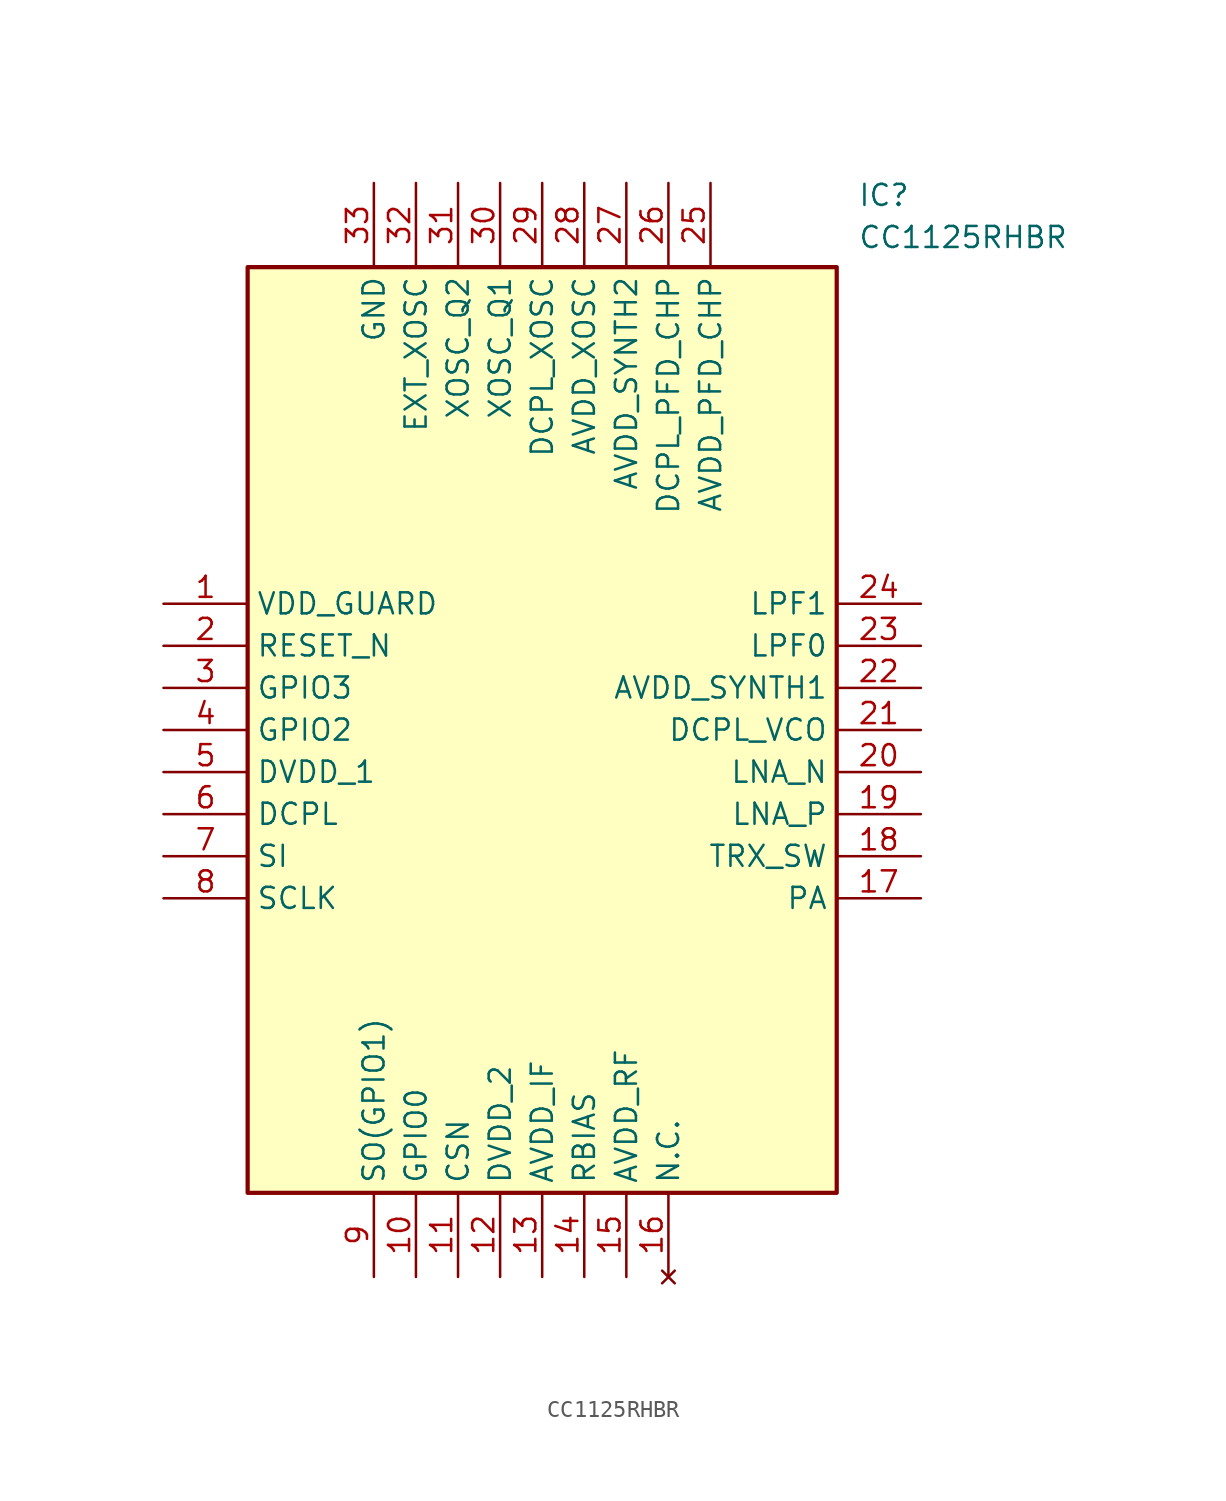
<source format=kicad_sym>
(kicad_symbol_lib
  (version 20241209)
  (generator "kicad_symbol_editor")
  (generator_version "9.0")
  (symbol "CC1125RHBR"
    (property "Reference" "IC"
      (at 41.91 25.4 0)
      (effects (font (size 1.27 1.27)) (justify left top)))
    (property "Value" "CC1125RHBR"
      (at 41.91 22.86 0)
      (effects (font (size 1.27 1.27)) (justify left top)))
    (symbol "CC1125RHBR_1_1"
      (rectangle (start 5.08 20.32) (end 40.64 -35.56) (stroke (width 0.254) (type default)) (fill (type background)))
      (pin passive line (at 0 0 0) (length 5.08) (name "VDD_GUARD" (effects (font (size 1.27 1.27)))) (number "1" (effects (font (size 1.27 1.27)))))
      (pin passive line (at 0 -2.54 0) (length 5.08) (name "RESET_N" (effects (font (size 1.27 1.27)))) (number "2" (effects (font (size 1.27 1.27)))))
      (pin passive line (at 0 -5.08 0) (length 5.08) (name "GPIO3" (effects (font (size 1.27 1.27)))) (number "3" (effects (font (size 1.27 1.27)))))
      (pin passive line (at 0 -7.62 0) (length 5.08) (name "GPIO2" (effects (font (size 1.27 1.27)))) (number "4" (effects (font (size 1.27 1.27)))))
      (pin passive line (at 0 -10.16 0) (length 5.08) (name "DVDD_1" (effects (font (size 1.27 1.27)))) (number "5" (effects (font (size 1.27 1.27)))))
      (pin passive line (at 0 -12.7 0) (length 5.08) (name "DCPL" (effects (font (size 1.27 1.27)))) (number "6" (effects (font (size 1.27 1.27)))))
      (pin passive line (at 0 -15.24 0) (length 5.08) (name "SI" (effects (font (size 1.27 1.27)))) (number "7" (effects (font (size 1.27 1.27)))))
      (pin passive line (at 0 -17.78 0) (length 5.08) (name "SCLK" (effects (font (size 1.27 1.27)))) (number "8" (effects (font (size 1.27 1.27)))))
      (pin passive line (at 12.7 25.4 270) (length 5.08) (name "GND" (effects (font (size 1.27 1.27)))) (number "33" (effects (font (size 1.27 1.27)))))
      (pin passive line (at 12.7 -40.64 90) (length 5.08) (name "SO(GPIO1)" (effects (font (size 1.27 1.27)))) (number "9" (effects (font (size 1.27 1.27)))))
      (pin passive line (at 15.24 25.4 270) (length 5.08) (name "EXT_XOSC" (effects (font (size 1.27 1.27)))) (number "32" (effects (font (size 1.27 1.27)))))
      (pin passive line (at 15.24 -40.64 90) (length 5.08) (name "GPIO0" (effects (font (size 1.27 1.27)))) (number "10" (effects (font (size 1.27 1.27)))))
      (pin passive line (at 17.78 25.4 270) (length 5.08) (name "XOSC_Q2" (effects (font (size 1.27 1.27)))) (number "31" (effects (font (size 1.27 1.27)))))
      (pin passive line (at 17.78 -40.64 90) (length 5.08) (name "CSN" (effects (font (size 1.27 1.27)))) (number "11" (effects (font (size 1.27 1.27)))))
      (pin passive line (at 20.32 25.4 270) (length 5.08) (name "XOSC_Q1" (effects (font (size 1.27 1.27)))) (number "30" (effects (font (size 1.27 1.27)))))
      (pin passive line (at 20.32 -40.64 90) (length 5.08) (name "DVDD_2" (effects (font (size 1.27 1.27)))) (number "12" (effects (font (size 1.27 1.27)))))
      (pin passive line (at 22.86 25.4 270) (length 5.08) (name "DCPL_XOSC" (effects (font (size 1.27 1.27)))) (number "29" (effects (font (size 1.27 1.27)))))
      (pin passive line (at 22.86 -40.64 90) (length 5.08) (name "AVDD_IF" (effects (font (size 1.27 1.27)))) (number "13" (effects (font (size 1.27 1.27)))))
      (pin passive line (at 25.4 25.4 270) (length 5.08) (name "AVDD_XOSC" (effects (font (size 1.27 1.27)))) (number "28" (effects (font (size 1.27 1.27)))))
      (pin passive line (at 25.4 -40.64 90) (length 5.08) (name "RBIAS" (effects (font (size 1.27 1.27)))) (number "14" (effects (font (size 1.27 1.27)))))
      (pin passive line (at 27.94 25.4 270) (length 5.08) (name "AVDD_SYNTH2" (effects (font (size 1.27 1.27)))) (number "27" (effects (font (size 1.27 1.27)))))
      (pin passive line (at 27.94 -40.64 90) (length 5.08) (name "AVDD_RF" (effects (font (size 1.27 1.27)))) (number "15" (effects (font (size 1.27 1.27)))))
      (pin passive line (at 30.48 25.4 270) (length 5.08) (name "DCPL_PFD_CHP" (effects (font (size 1.27 1.27)))) (number "26" (effects (font (size 1.27 1.27)))))
      (pin no_connect line (at 30.48 -40.64 90) (length 5.08) (name "N.C." (effects (font (size 1.27 1.27)))) (number "16" (effects (font (size 1.27 1.27)))))
      (pin passive line (at 33.02 25.4 270) (length 5.08) (name "AVDD_PFD_CHP" (effects (font (size 1.27 1.27)))) (number "25" (effects (font (size 1.27 1.27)))))
      (pin passive line (at 45.72 0 180) (length 5.08) (name "LPF1" (effects (font (size 1.27 1.27)))) (number "24" (effects (font (size 1.27 1.27)))))
      (pin passive line (at 45.72 -2.54 180) (length 5.08) (name "LPF0" (effects (font (size 1.27 1.27)))) (number "23" (effects (font (size 1.27 1.27)))))
      (pin passive line (at 45.72 -5.08 180) (length 5.08) (name "AVDD_SYNTH1" (effects (font (size 1.27 1.27)))) (number "22" (effects (font (size 1.27 1.27)))))
      (pin passive line (at 45.72 -7.62 180) (length 5.08) (name "DCPL_VCO" (effects (font (size 1.27 1.27)))) (number "21" (effects (font (size 1.27 1.27)))))
      (pin passive line (at 45.72 -10.16 180) (length 5.08) (name "LNA_N" (effects (font (size 1.27 1.27)))) (number "20" (effects (font (size 1.27 1.27)))))
      (pin passive line (at 45.72 -12.7 180) (length 5.08) (name "LNA_P" (effects (font (size 1.27 1.27)))) (number "19" (effects (font (size 1.27 1.27)))))
      (pin passive line (at 45.72 -15.24 180) (length 5.08) (name "TRX_SW" (effects (font (size 1.27 1.27)))) (number "18" (effects (font (size 1.27 1.27)))))
      (pin passive line (at 45.72 -17.78 180) (length 5.08) (name "PA" (effects (font (size 1.27 1.27)))) (number "17" (effects (font (size 1.27 1.27))))))))
</source>
